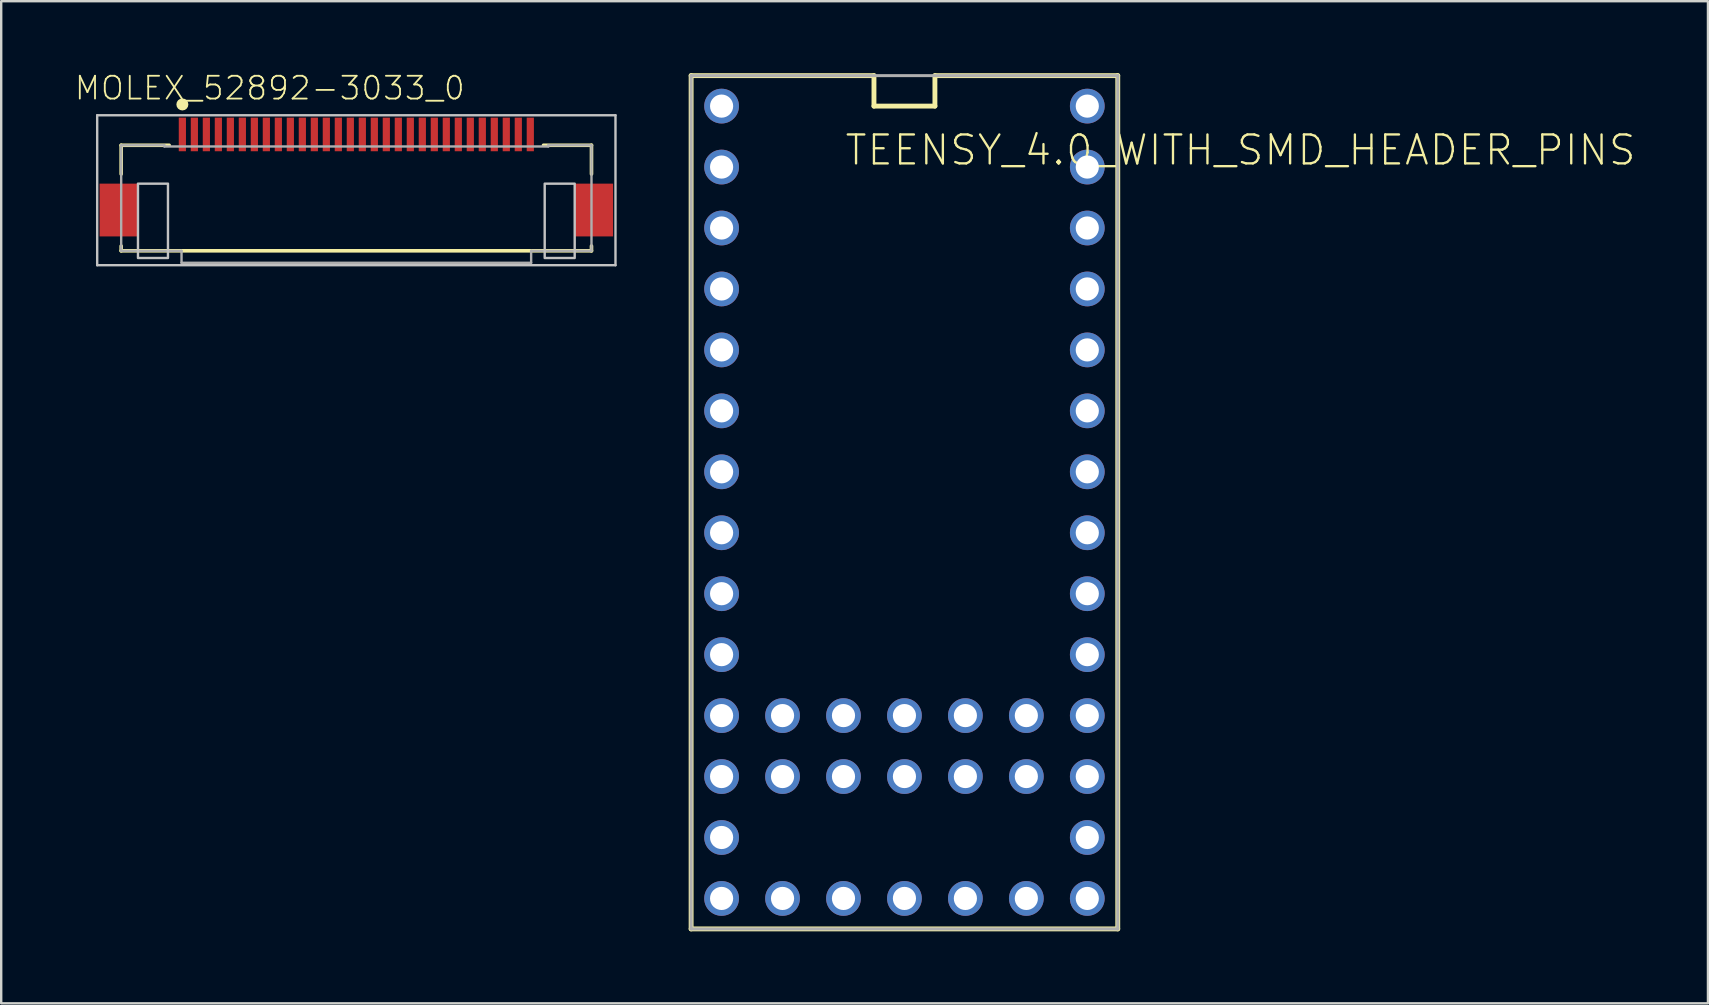
<source format=kicad_pcb>
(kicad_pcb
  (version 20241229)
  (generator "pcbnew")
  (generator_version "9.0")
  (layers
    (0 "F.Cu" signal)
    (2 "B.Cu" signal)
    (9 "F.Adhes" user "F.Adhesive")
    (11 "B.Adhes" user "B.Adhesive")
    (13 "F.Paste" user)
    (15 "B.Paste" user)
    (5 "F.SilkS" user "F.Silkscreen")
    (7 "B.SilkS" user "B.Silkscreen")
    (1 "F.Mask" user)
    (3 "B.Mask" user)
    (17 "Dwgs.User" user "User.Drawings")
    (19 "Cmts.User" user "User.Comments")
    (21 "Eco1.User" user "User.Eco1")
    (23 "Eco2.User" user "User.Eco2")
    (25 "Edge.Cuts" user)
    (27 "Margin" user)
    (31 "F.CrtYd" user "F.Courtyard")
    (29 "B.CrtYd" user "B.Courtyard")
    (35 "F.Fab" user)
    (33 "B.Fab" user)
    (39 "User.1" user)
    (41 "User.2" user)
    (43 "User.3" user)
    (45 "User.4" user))
  (footprint "MOLEX_52892-3033_0"
    (layer "F.Cu")
    (at 11.8 4.128)
    (property "Reference" "MOLEX_52892-3033_0" (at -11.8 -2.95 180) (layer "F.SilkS") (effects (font (size 0.95 0.95) (thickness 0.076)) (justify left bottom)))
    (attr through_hole)
    (fp_line (start -9.8 -1.125) (end -7.8 -1.125) (stroke (width 0.15) (type solid)) (layer "F.SilkS"))
    (fp_line (start -9.8 0.075) (end -9.8 -1.125) (stroke (width 0.15) (type solid)) (layer "F.SilkS"))
    (fp_line (start -9.8 3.275) (end -9.8 3.075) (stroke (width 0.15) (type solid)) (layer "F.SilkS"))
    (fp_line (start -9.8 3.275) (end 9.8 3.275) (stroke (width 0.15) (type solid)) (layer "F.SilkS"))
    (fp_line (start 7.8 -1.125) (end 9.8 -1.125) (stroke (width 0.15) (type solid)) (layer "F.SilkS"))
    (fp_line (start 9.8 0.075) (end 9.8 -1.125) (stroke (width 0.15) (type solid)) (layer "F.SilkS"))
    (fp_line (start 9.8 3.275) (end 9.8 3.075) (stroke (width 0.15) (type solid)) (layer "F.SilkS"))
    (fp_circle (center -7.25 -2.825) (end -7.125 -2.825) (stroke (width 0.25) (type solid)) (fill no) (layer "F.SilkS"))
    (fp_line (start -10.8 -2.375) (end 10.8 -2.375) (stroke (width 0.1) (type solid)) (layer "Dwgs.User"))
    (fp_line (start -10.8 3.875) (end -10.8 -2.375) (stroke (width 0.1) (type solid)) (layer "Dwgs.User"))
    (fp_line (start 10.8 -2.375) (end 10.8 3.875) (stroke (width 0.1) (type solid)) (layer "Dwgs.User"))
    (fp_line (start 10.8 3.875) (end -10.8 3.875) (stroke (width 0.1) (type solid)) (layer "Dwgs.User"))
    (fp_poly (pts (xy -9.1 3.575) (xy -7.85 3.575) (xy -7.85 0.475) (xy -9.1 0.475)) (stroke (width 0.1) (type solid)) (fill no) (layer "Dwgs.User"))
    (fp_poly (pts (xy 7.85 3.575) (xy 9.1 3.575) (xy 9.1 0.475) (xy 7.85 0.475)) (stroke (width 0.1) (type solid)) (fill no) (layer "Dwgs.User"))
    (fp_line (start -9.8 -1.125) (end -8 -1.125) (stroke (width 0.1) (type solid)) (layer "F.Fab"))
    (fp_line (start -9.8 3.275) (end -9.8 -1.125) (stroke (width 0.1) (type solid)) (layer "F.Fab"))
    (fp_line (start -9.8 3.275) (end -7.285 3.275) (stroke (width 0.1) (type solid)) (layer "F.Fab"))
    (fp_line (start -8 -1.075) (end -8 -1.125) (stroke (width 0.1) (type solid)) (layer "F.Fab"))
    (fp_line (start -8 -1.075) (end 8 -1.075) (stroke (width 0.1) (type solid)) (layer "F.Fab"))
    (fp_line (start -7.285 3.775) (end -7.285 3.275) (stroke (width 0.1) (type solid)) (layer "F.Fab"))
    (fp_line (start -7.285 3.775) (end 7.285 3.775) (stroke (width 0.1) (type solid)) (layer "F.Fab"))
    (fp_line (start 7.285 3.275) (end 9.8 3.275) (stroke (width 0.1) (type solid)) (layer "F.Fab"))
    (fp_line (start 7.285 3.775) (end 7.285 3.275) (stroke (width 0.1) (type solid)) (layer "F.Fab"))
    (fp_line (start 8 -1.125) (end 9.8 -1.125) (stroke (width 0.1) (type solid)) (layer "F.Fab"))
    (fp_line (start 8 -1.075) (end 8 -1.125) (stroke (width 0.1) (type solid)) (layer "F.Fab"))
    (fp_line (start 9.8 3.275) (end 9.8 -1.125) (stroke (width 0.1) (type solid)) (layer "F.Fab"))
    (pad "1" smd rect (at -7.25 -1.575) (size 0.3 1.4) (layers "F.Cu" "F.Mask" "F.Paste"))
    (pad "2" smd rect (at -6.75 -1.575) (size 0.3 1.4) (layers "F.Cu" "F.Mask" "F.Paste"))
    (pad "3" smd rect (at -6.25 -1.575) (size 0.3 1.4) (layers "F.Cu" "F.Mask" "F.Paste"))
    (pad "4" smd rect (at -5.75 -1.575) (size 0.3 1.4) (layers "F.Cu" "F.Mask" "F.Paste"))
    (pad "5" smd rect (at -5.25 -1.575) (size 0.3 1.4) (layers "F.Cu" "F.Mask" "F.Paste"))
    (pad "6" smd rect (at -4.75 -1.575) (size 0.3 1.4) (layers "F.Cu" "F.Mask" "F.Paste"))
    (pad "7" smd rect (at -4.25 -1.575) (size 0.3 1.4) (layers "F.Cu" "F.Mask" "F.Paste"))
    (pad "8" smd rect (at -3.75 -1.575) (size 0.3 1.4) (layers "F.Cu" "F.Mask" "F.Paste"))
    (pad "9" smd rect (at -3.25 -1.575) (size 0.3 1.4) (layers "F.Cu" "F.Mask" "F.Paste"))
    (pad "10" smd rect (at -2.75 -1.575) (size 0.3 1.4) (layers "F.Cu" "F.Mask" "F.Paste"))
    (pad "11" smd rect (at -2.25 -1.575) (size 0.3 1.4) (layers "F.Cu" "F.Mask" "F.Paste"))
    (pad "12" smd rect (at -1.75 -1.575) (size 0.3 1.4) (layers "F.Cu" "F.Mask" "F.Paste"))
    (pad "13" smd rect (at -1.25 -1.575) (size 0.3 1.4) (layers "F.Cu" "F.Mask" "F.Paste"))
    (pad "14" smd rect (at -0.75 -1.575) (size 0.3 1.4) (layers "F.Cu" "F.Mask" "F.Paste"))
    (pad "15" smd rect (at -0.25 -1.575) (size 0.3 1.4) (layers "F.Cu" "F.Mask" "F.Paste"))
    (pad "16" smd rect (at 0.25 -1.575) (size 0.3 1.4) (layers "F.Cu" "F.Mask" "F.Paste"))
    (pad "17" smd rect (at 0.75 -1.575) (size 0.3 1.4) (layers "F.Cu" "F.Mask" "F.Paste"))
    (pad "18" smd rect (at 1.25 -1.575) (size 0.3 1.4) (layers "F.Cu" "F.Mask" "F.Paste"))
    (pad "19" smd rect (at 1.75 -1.575) (size 0.3 1.4) (layers "F.Cu" "F.Mask" "F.Paste"))
    (pad "20" smd rect (at 2.25 -1.575) (size 0.3 1.4) (layers "F.Cu" "F.Mask" "F.Paste"))
    (pad "21" smd rect (at 2.75 -1.575) (size 0.3 1.4) (layers "F.Cu" "F.Mask" "F.Paste"))
    (pad "22" smd rect (at 3.25 -1.575) (size 0.3 1.4) (layers "F.Cu" "F.Mask" "F.Paste"))
    (pad "23" smd rect (at 3.75 -1.575) (size 0.3 1.4) (layers "F.Cu" "F.Mask" "F.Paste"))
    (pad "24" smd rect (at 4.25 -1.575) (size 0.3 1.4) (layers "F.Cu" "F.Mask" "F.Paste"))
    (pad "25" smd rect (at 4.75 -1.575) (size 0.3 1.4) (layers "F.Cu" "F.Mask" "F.Paste"))
    (pad "26" smd rect (at 5.25 -1.575) (size 0.3 1.4) (layers "F.Cu" "F.Mask" "F.Paste"))
    (pad "27" smd rect (at 5.75 -1.575) (size 0.3 1.4) (layers "F.Cu" "F.Mask" "F.Paste"))
    (pad "28" smd rect (at 6.25 -1.575) (size 0.3 1.4) (layers "F.Cu" "F.Mask" "F.Paste"))
    (pad "29" smd rect (at 6.75 -1.575) (size 0.3 1.4) (layers "F.Cu" "F.Mask" "F.Paste"))
    (pad "30" smd rect (at 7.25 -1.575) (size 0.3 1.4) (layers "F.Cu" "F.Mask" "F.Paste"))
    (pad "MP1" smd rect (at -9.9 1.575) (size 1.6 2.2) (layers "F.Cu" "F.Mask" "F.Paste"))
    (pad "MP2" smd rect (at 9.9 1.575) (size 1.6 2.2) (layers "F.Cu" "F.Mask" "F.Paste")))
  (footprint "TEENSY_4.0_WITH_SMD_HEADER_PINS"
    (layer "F.Cu")
    (at 34.642 17.882)
    (property "Reference" "TEENSY_4.0_WITH_SMD_HEADER_PINS" (at -2.54 -13.97 180) (layer "F.SilkS") (effects (font (size 1.206 1.206) (thickness 0.097)) (justify left bottom)))
    (attr through_hole)
    (fp_line (start -8.89 -17.78) (end -1.27 -17.78) (stroke (width 0.203) (type solid)) (layer "F.SilkS"))
    (fp_line (start -8.89 17.78) (end -8.89 -17.78) (stroke (width 0.203) (type solid)) (layer "F.SilkS"))
    (fp_line (start -1.27 -17.78) (end -1.27 -16.51) (stroke (width 0.203) (type solid)) (layer "F.SilkS"))
    (fp_line (start -1.27 -16.51) (end 1.27 -16.51) (stroke (width 0.203) (type solid)) (layer "F.SilkS"))
    (fp_line (start 1.27 -17.78) (end 8.89 -17.78) (stroke (width 0.203) (type solid)) (layer "F.SilkS"))
    (fp_line (start 1.27 -16.51) (end 1.27 -17.78) (stroke (width 0.203) (type solid)) (layer "F.SilkS"))
    (fp_line (start 8.89 -17.78) (end 8.89 17.78) (stroke (width 0.203) (type solid)) (layer "F.SilkS"))
    (fp_line (start 8.89 17.78) (end -8.89 17.78) (stroke (width 0.203) (type solid)) (layer "F.SilkS"))
    (fp_line (start -8.89 -17.78) (end 8.89 -17.78) (stroke (width 0.127) (type solid)) (layer "F.Fab"))
    (fp_line (start -8.89 17.78) (end -8.89 -17.78) (stroke (width 0.127) (type solid)) (layer "F.Fab"))
    (fp_line (start 8.89 -17.78) (end 8.89 17.78) (stroke (width 0.127) (type solid)) (layer "F.Fab"))
    (fp_line (start 8.89 17.78) (end -8.89 17.78) (stroke (width 0.127) (type solid)) (layer "F.Fab"))
    (pad "0" thru_hole circle (at -7.62 -13.97) (size 1.448 1.448) (drill 0.965) (layers "*.Cu" "*.Mask"))
    (pad "1" thru_hole circle (at -7.62 -11.43) (size 1.448 1.448) (drill 0.965) (layers "*.Cu" "*.Mask"))
    (pad "2" thru_hole circle (at -7.62 -8.89) (size 1.448 1.448) (drill 0.965) (layers "*.Cu" "*.Mask"))
    (pad "3" thru_hole circle (at -7.62 -6.35) (size 1.448 1.448) (drill 0.965) (layers "*.Cu" "*.Mask"))
    (pad "3.3V" thru_hole circle (at 7.62 -11.43) (size 1.448 1.448) (drill 0.965) (layers "*.Cu" "*.Mask"))
    (pad "3.3V1" thru_hole circle (at -2.54 16.51) (size 1.448 1.448) (drill 0.965) (layers "*.Cu" "*.Mask"))
    (pad "4" thru_hole circle (at -7.62 -3.81) (size 1.448 1.448) (drill 0.965) (layers "*.Cu" "*.Mask"))
    (pad "5" thru_hole circle (at -7.62 -1.27) (size 1.448 1.448) (drill 0.965) (layers "*.Cu" "*.Mask"))
    (pad "6" thru_hole circle (at -7.62 1.27) (size 1.448 1.448) (drill 0.965) (layers "*.Cu" "*.Mask"))
    (pad "7" thru_hole circle (at -7.62 3.81) (size 1.448 1.448) (drill 0.965) (layers "*.Cu" "*.Mask"))
    (pad "8" thru_hole circle (at -7.62 6.35) (size 1.448 1.448) (drill 0.965) (layers "*.Cu" "*.Mask"))
    (pad "9" thru_hole circle (at -7.62 8.89) (size 1.448 1.448) (drill 0.965) (layers "*.Cu" "*.Mask"))
    (pad "10" thru_hole circle (at -7.62 11.43) (size 1.448 1.448) (drill 0.965) (layers "*.Cu" "*.Mask"))
    (pad "11" thru_hole circle (at -7.62 13.97) (size 1.448 1.448) (drill 0.965) (layers "*.Cu" "*.Mask"))
    (pad "12" thru_hole circle (at -7.62 16.51) (size 1.448 1.448) (drill 0.965) (layers "*.Cu" "*.Mask"))
    (pad "13" thru_hole circle (at 7.62 16.51) (size 1.448 1.448) (drill 0.965) (layers "*.Cu" "*.Mask"))
    (pad "14/A0" thru_hole circle (at 7.62 13.97) (size 1.448 1.448) (drill 0.965) (layers "*.Cu" "*.Mask"))
    (pad "15/A1" thru_hole circle (at 7.62 11.43) (size 1.448 1.448) (drill 0.965) (layers "*.Cu" "*.Mask"))
    (pad "16/A2" thru_hole circle (at 7.62 8.89) (size 1.448 1.448) (drill 0.965) (layers "*.Cu" "*.Mask"))
    (pad "17/A3" thru_hole circle (at 7.62 6.35) (size 1.448 1.448) (drill 0.965) (layers "*.Cu" "*.Mask"))
    (pad "18/A4" thru_hole circle (at 7.62 3.81) (size 1.448 1.448) (drill 0.965) (layers "*.Cu" "*.Mask"))
    (pad "19/A5" thru_hole circle (at 7.62 1.27) (size 1.448 1.448) (drill 0.965) (layers "*.Cu" "*.Mask"))
    (pad "20/A6" thru_hole circle (at 7.62 -1.27) (size 1.448 1.448) (drill 0.965) (layers "*.Cu" "*.Mask"))
    (pad "21/A7" thru_hole circle (at 7.62 -3.81) (size 1.448 1.448) (drill 0.965) (layers "*.Cu" "*.Mask"))
    (pad "22/A8" thru_hole circle (at 7.62 -6.35) (size 1.448 1.448) (drill 0.965) (layers "*.Cu" "*.Mask"))
    (pad "23/A9" thru_hole circle (at 7.62 -8.89) (size 1.448 1.448) (drill 0.965) (layers "*.Cu" "*.Mask"))
    (pad "24" thru_hole circle (at 5.08 11.43) (size 1.448 1.448) (drill 0.965) (layers "*.Cu" "*.Mask"))
    (pad "25" thru_hole circle (at 5.08 8.89) (size 1.448 1.448) (drill 0.965) (layers "*.Cu" "*.Mask"))
    (pad "26" thru_hole circle (at 2.54 11.43) (size 1.448 1.448) (drill 0.965) (layers "*.Cu" "*.Mask"))
    (pad "27" thru_hole circle (at 2.54 8.89) (size 1.448 1.448) (drill 0.965) (layers "*.Cu" "*.Mask"))
    (pad "28" thru_hole circle (at 0 11.43) (size 1.448 1.448) (drill 0.965) (layers "*.Cu" "*.Mask"))
    (pad "29" thru_hole circle (at 0 8.89) (size 1.448 1.448) (drill 0.965) (layers "*.Cu" "*.Mask"))
    (pad "30" thru_hole circle (at -2.54 11.43) (size 1.448 1.448) (drill 0.965) (layers "*.Cu" "*.Mask"))
    (pad "31" thru_hole circle (at -2.54 8.89) (size 1.448 1.448) (drill 0.965) (layers "*.Cu" "*.Mask"))
    (pad "32" thru_hole circle (at -5.08 11.43) (size 1.448 1.448) (drill 0.965) (layers "*.Cu" "*.Mask"))
    (pad "33" thru_hole circle (at -5.08 8.89) (size 1.448 1.448) (drill 0.965) (layers "*.Cu" "*.Mask"))
    (pad "GND" thru_hole circle (at -7.62 -16.51) (size 1.448 1.448) (drill 0.965) (layers "*.Cu" "*.Mask"))
    (pad "GND1" thru_hole circle (at 0 16.51) (size 1.448 1.448) (drill 0.965) (layers "*.Cu" "*.Mask"))
    (pad "GND2" thru_hole circle (at 7.62 -13.97) (size 1.448 1.448) (drill 0.965) (layers "*.Cu" "*.Mask"))
    (pad "PGM" thru_hole circle (at 2.54 16.51) (size 1.448 1.448) (drill 0.965) (layers "*.Cu" "*.Mask"))
    (pad "RESET" thru_hole circle (at 5.08 16.51) (size 1.448 1.448) (drill 0.965) (layers "*.Cu" "*.Mask"))
    (pad "VBAT" thru_hole circle (at -5.08 16.51) (size 1.448 1.448) (drill 0.965) (layers "*.Cu" "*.Mask"))
    (pad "VIN" thru_hole circle (at 7.62 -16.51) (size 1.448 1.448) (drill 0.965) (layers "*.Cu" "*.Mask")))
  (gr_rect
    (start -3 -3)
    (end 68.128 38.763)
    (stroke (width 0.1) (type default))
    (fill no)
    (layer "Edge.Cuts")))
</source>
